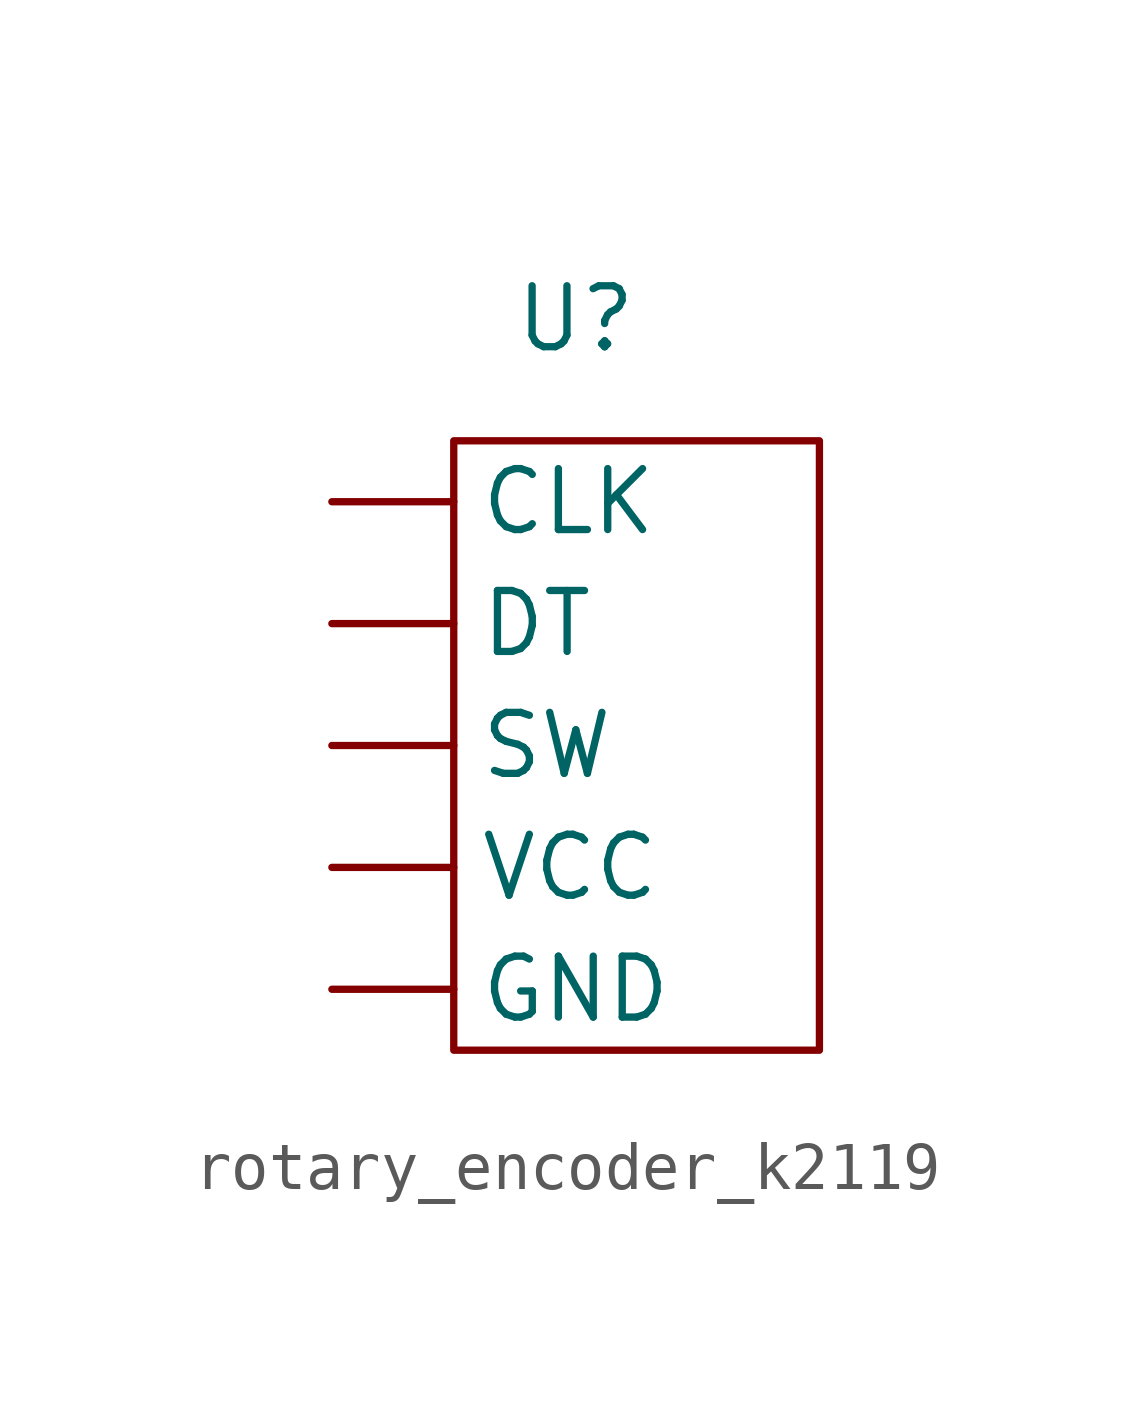
<source format=kicad_sym>
(kicad_symbol_lib
  (version 20220914)
  (generator kicad_symbol_editor)
  (symbol "rotary_encoder_k2119"
    (property "Reference" "U"
      (at 0 0 0)
      (effects (font (size 1.27 1.27))))
    (property "Value" ""
      (at 0 0 0)
      (effects (font (size 1.27 1.27))))
    (symbol "rotary_encoder_k2119_0_1"
      (rectangle (start -2.54 -2.54) (end 5.08 -15.24) (stroke (width 0) (type default)) (fill (type none))))
    (symbol "rotary_encoder_k2119_1_1"
      (pin passive line (at -5.08 -3.81 0) (length 2.54) (name "CLK" (effects (font (size 1.27 1.27)))) (number "" (effects (font (size 1.27 1.27)))))
      (pin passive line (at -5.08 -6.35 0) (length 2.54) (name "DT" (effects (font (size 1.27 1.27)))) (number "" (effects (font (size 1.27 1.27)))))
      (pin power_in line (at -5.08 -13.97 0) (length 2.54) (name "GND" (effects (font (size 1.27 1.27)))) (number "" (effects (font (size 1.27 1.27)))))
      (pin passive line (at -5.08 -8.89 0) (length 2.54) (name "SW" (effects (font (size 1.27 1.27)))) (number "" (effects (font (size 1.27 1.27)))))
      (pin power_in line (at -5.08 -11.43 0) (length 2.54) (name "VCC" (effects (font (size 1.27 1.27)))) (number "" (effects (font (size 1.27 1.27))))))))
</source>
